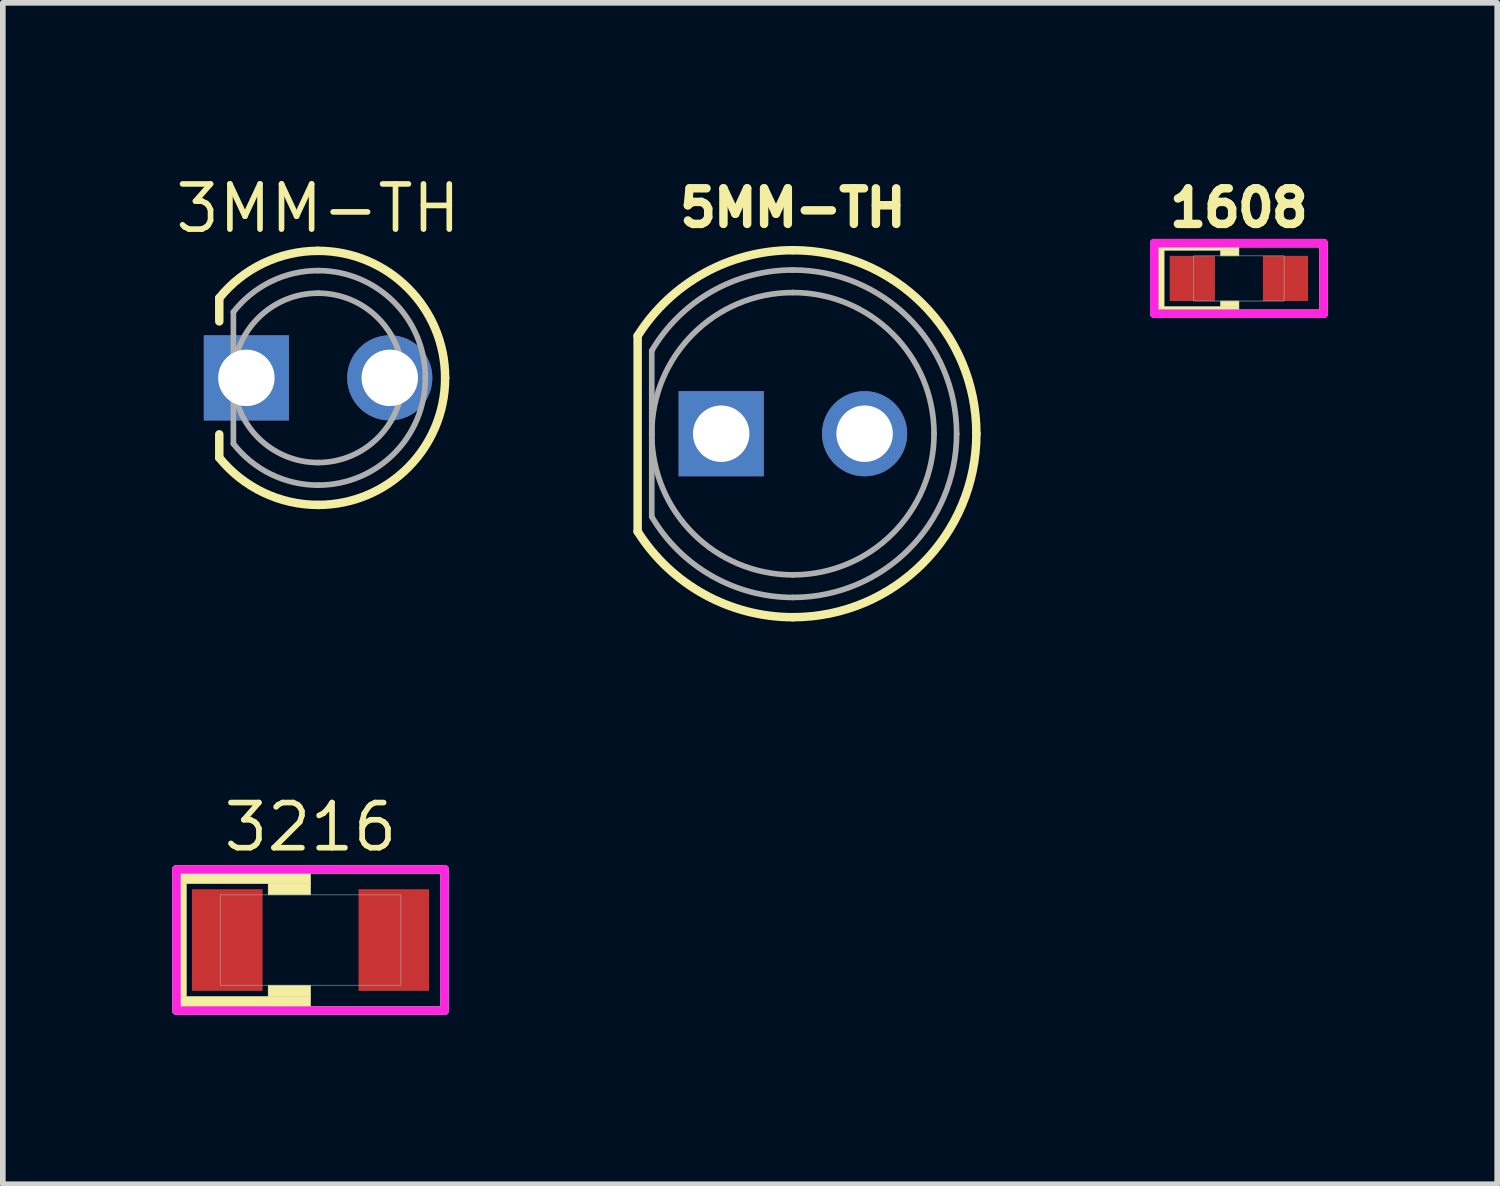
<source format=kicad_pcb>
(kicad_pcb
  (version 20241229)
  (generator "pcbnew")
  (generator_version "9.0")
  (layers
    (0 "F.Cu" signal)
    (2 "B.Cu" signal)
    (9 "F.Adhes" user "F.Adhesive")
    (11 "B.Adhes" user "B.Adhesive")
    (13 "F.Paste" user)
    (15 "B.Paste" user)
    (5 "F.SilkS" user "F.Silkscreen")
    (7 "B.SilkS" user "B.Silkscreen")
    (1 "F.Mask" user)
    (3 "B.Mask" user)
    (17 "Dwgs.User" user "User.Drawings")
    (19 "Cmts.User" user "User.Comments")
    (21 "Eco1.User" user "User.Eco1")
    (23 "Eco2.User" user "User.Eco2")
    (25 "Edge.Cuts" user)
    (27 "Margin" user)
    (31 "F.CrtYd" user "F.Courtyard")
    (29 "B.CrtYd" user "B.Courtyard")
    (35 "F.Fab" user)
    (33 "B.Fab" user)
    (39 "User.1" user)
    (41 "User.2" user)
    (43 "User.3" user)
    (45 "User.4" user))
  (footprint "3MM-TH"
    (layer "F.Cu")
    (at 2.584 3.643)
    (property "Reference" "3MM-TH" (at 0 -3 0) (layer "F.SilkS") (effects (font (size 0.8 0.8) (thickness 0.1))))
    (attr through_hole)
    (fp_line (start -1.75 -1.414) (end -1.75 -1) (stroke (width 0.15) (type solid)) (layer "F.SilkS"))
    (fp_line (start -1.75 1.414) (end -1.75 1) (stroke (width 0.15) (type solid)) (layer "F.SilkS"))
    (fp_arc (start -1.75 -1.41421) (mid -0.96967 -2.030329) (end 0 -2.25) (stroke (width 0.15) (type solid)) (layer "F.SilkS"))
    (fp_arc (start 0 -2.25) (mid 1.59099 -1.59099) (end 2.25 0) (stroke (width 0.15) (type solid)) (layer "F.SilkS"))
    (fp_arc (start 0 2.25) (mid -0.96967 2.030328) (end -1.75 1.41421) (stroke (width 0.15) (type solid)) (layer "F.SilkS"))
    (fp_arc (start 2.25 0) (mid 1.59099 1.59099) (end 0 2.25) (stroke (width 0.15) (type solid)) (layer "F.SilkS"))
    (fp_line (start -1.5 -1.166) (end -1.5 1.166) (stroke (width 0.1) (type solid)) (layer "F.Fab"))
    (fp_arc (start -1.5 -1.16619) (mid -0.834937 -1.706716) (end 0 -1.9) (stroke (width 0.1) (type solid)) (layer "F.Fab"))
    (fp_arc (start -1.5 0) (mid -1.06066 -1.06066) (end 0 -1.5) (stroke (width 0.1) (type solid)) (layer "F.Fab"))
    (fp_arc (start 0 -1.9) (mid 1.343503 -1.343503) (end 1.9 0) (stroke (width 0.1) (type solid)) (layer "F.Fab"))
    (fp_arc (start 0 -1.5) (mid 1.06066 -1.06066) (end 1.5 0) (stroke (width 0.1) (type solid)) (layer "F.Fab"))
    (fp_arc (start 0 1.5) (mid -1.06066 1.06066) (end -1.5 0) (stroke (width 0.1) (type solid)) (layer "F.Fab"))
    (fp_arc (start 0 1.9) (mid -0.834937 1.706716) (end -1.5 1.16619) (stroke (width 0.1) (type solid)) (layer "F.Fab"))
    (fp_arc (start 1.5 0) (mid 1.06066 1.06066) (end 0 1.5) (stroke (width 0.1) (type solid)) (layer "F.Fab"))
    (fp_arc (start 1.9 0) (mid 1.343503 1.343503) (end 0 1.9) (stroke (width 0.1) (type solid)) (layer "F.Fab"))
    (pad "1" thru_hole rect (at -1.27 0) (size 1.508 1.508) (drill 1) (layers "*.Cu" "*.Mask"))
    (pad "2" thru_hole circle (at 1.27 0) (size 1.508 1.508) (drill 1) (layers "*.Cu" "*.Mask")))
  (footprint "1608"
    (layer "F.Cu")
    (at 18.894 1.882)
    (property "Reference" "1608" (at 0 -1.25 0) (layer "F.SilkS") (effects (font (size 0.63 0.63) (thickness 0.15))))
    (attr smd)
    (fp_line (start -1.5 -0.625) (end -1.5 0.625) (stroke (width 0.15) (type solid)) (layer "F.SilkS"))
    (fp_line (start -1.5 0.625) (end 1.5 0.625) (stroke (width 0.15) (type solid)) (layer "F.SilkS"))
    (fp_line (start 1.5 -0.625) (end -1.5 -0.625) (stroke (width 0.15) (type solid)) (layer "F.SilkS"))
    (fp_line (start 1.5 0.625) (end 1.5 -0.625) (stroke (width 0.15) (type solid)) (layer "F.SilkS"))
    (fp_poly (pts (xy -1.425 -0.55) (xy -1.325 -0.55) (xy -1.325 0.55) (xy -1.425 0.55)) (stroke (width 0.01) (type solid)) (fill yes) (layer "F.SilkS"))
    (fp_poly (pts (xy -1.325 -0.55) (xy 0 -0.55) (xy 0 -0.5) (xy -1.325 -0.5)) (stroke (width 0.01) (type solid)) (fill yes) (layer "F.SilkS"))
    (fp_poly (pts (xy -1.325 0.5) (xy 0 0.5) (xy 0 0.55) (xy -1.325 0.55)) (stroke (width 0.01) (type solid)) (fill yes) (layer "F.SilkS"))
    (fp_poly (pts (xy -0.325 -0.5) (xy 0 -0.5) (xy 0 -0.4) (xy -0.325 -0.4)) (stroke (width 0.01) (type solid)) (fill yes) (layer "F.SilkS"))
    (fp_poly (pts (xy -0.325 0.4) (xy 0 0.4) (xy 0 0.5) (xy -0.325 0.5)) (stroke (width 0.01) (type solid)) (fill yes) (layer "F.SilkS"))
    (fp_line (start -1.5 -0.625) (end -1.5 0.625) (stroke (width 0.15) (type solid)) (layer "F.CrtYd"))
    (fp_line (start -1.5 0.625) (end 1.5 0.625) (stroke (width 0.15) (type solid)) (layer "F.CrtYd"))
    (fp_line (start 1.5 -0.625) (end -1.5 -0.625) (stroke (width 0.15) (type solid)) (layer "F.CrtYd"))
    (fp_line (start 1.5 0.625) (end 1.5 -0.625) (stroke (width 0.15) (type solid)) (layer "F.CrtYd"))
    (fp_poly (pts (xy -0.8 -0.4) (xy 0.8 -0.4) (xy 0.8 0.4) (xy -0.8 0.4)) (stroke (width 0.01) (type solid)) (fill no) (layer "F.Fab"))
    (pad "1" smd rect (at -0.825 0) (size 0.8 0.8) (layers "F.Cu" "F.Mask" "F.Paste"))
    (pad "2" smd rect (at 0.825 0) (size 0.8 0.8) (layers "F.Cu" "F.Mask" "F.Paste")))
  (footprint "3216"
    (layer "F.Cu")
    (at 2.45 13.6)
    (property "Reference" "3216" (at 0 -2 0) (layer "F.SilkS") (effects (font (size 0.8 0.8) (thickness 0.1))))
    (attr smd)
    (fp_line (start -2.375 -1.25) (end -2.375 1.25) (stroke (width 0.15) (type solid)) (layer "F.SilkS"))
    (fp_line (start -2.375 1.25) (end 2.375 1.25) (stroke (width 0.15) (type solid)) (layer "F.SilkS"))
    (fp_line (start 2.375 -1.25) (end -2.375 -1.25) (stroke (width 0.15) (type solid)) (layer "F.SilkS"))
    (fp_line (start 2.375 1.25) (end 2.375 -1.25) (stroke (width 0.15) (type solid)) (layer "F.SilkS"))
    (fp_poly (pts (xy -2.3 -1.2) (xy 0 -1.2) (xy 0 -1) (xy -2.3 -1)) (stroke (width 0.01) (type solid)) (fill yes) (layer "F.SilkS"))
    (fp_poly (pts (xy -2.3 -1) (xy -2.2 -1) (xy -2.2 1) (xy -2.3 1)) (stroke (width 0.01) (type solid)) (fill yes) (layer "F.SilkS"))
    (fp_poly (pts (xy -2.3 1) (xy 0 1) (xy 0 1.2) (xy -2.3 1.2)) (stroke (width 0.01) (type solid)) (fill yes) (layer "F.SilkS"))
    (fp_poly (pts (xy -0.75 -1) (xy 0 -1) (xy 0 -0.8) (xy -0.75 -0.8)) (stroke (width 0.01) (type solid)) (fill yes) (layer "F.SilkS"))
    (fp_poly (pts (xy -0.75 0.8) (xy 0 0.8) (xy 0 1) (xy -0.75 1)) (stroke (width 0.01) (type solid)) (fill yes) (layer "F.SilkS"))
    (fp_line (start -2.375 -1.25) (end -2.375 1.25) (stroke (width 0.15) (type solid)) (layer "F.CrtYd"))
    (fp_line (start -2.375 1.25) (end 2.375 1.25) (stroke (width 0.15) (type solid)) (layer "F.CrtYd"))
    (fp_line (start 2.375 -1.25) (end -2.375 -1.25) (stroke (width 0.15) (type solid)) (layer "F.CrtYd"))
    (fp_line (start 2.375 1.25) (end 2.375 -1.25) (stroke (width 0.15) (type solid)) (layer "F.CrtYd"))
    (fp_poly (pts (xy -1.6 -0.8) (xy 1.6 -0.8) (xy 1.6 0.8) (xy -1.6 0.8)) (stroke (width 0.01) (type solid)) (fill no) (layer "F.Fab"))
    (pad "1" smd rect (at -1.475 0) (size 1.25 1.8) (layers "F.Cu" "F.Mask" "F.Paste"))
    (pad "2" smd rect (at 1.475 0) (size 1.25 1.8) (layers "F.Cu" "F.Mask" "F.Paste")))
  (footprint "5MM-TH"
    (layer "F.Cu")
    (at 10.994 4.632)
    (property "Reference" "5MM-TH" (at 0 -4 0) (layer "F.SilkS") (effects (font (size 0.63 0.63) (thickness 0.15))))
    (attr through_hole)
    (fp_line (start -2.75 -1.732) (end -2.75 1.732) (stroke (width 0.15) (type solid)) (layer "F.SilkS"))
    (fp_arc (start -2.75 -1.73205) (mid -1.570563 -2.845317) (end 0 -3.25) (stroke (width 0.15) (type solid)) (layer "F.SilkS"))
    (fp_arc (start 0 -3.25) (mid 2.298097 -2.298097) (end 3.25 0) (stroke (width 0.15) (type solid)) (layer "F.SilkS"))
    (fp_arc (start 0 3.25) (mid -1.570563 2.845317) (end -2.75 1.73205) (stroke (width 0.15) (type solid)) (layer "F.SilkS"))
    (fp_arc (start 3.25 0) (mid 2.298097 2.298097) (end 0 3.25) (stroke (width 0.15) (type solid)) (layer "F.SilkS"))
    (fp_line (start -2.5 -1.47) (end -2.5 1.47) (stroke (width 0.1) (type solid)) (layer "F.Fab"))
    (fp_arc (start -2.5 -1.46969) (mid -1.44012 -2.517151) (end 0 -2.9) (stroke (width 0.1) (type solid)) (layer "F.Fab"))
    (fp_arc (start -2.5 0) (mid -1.767767 -1.767767) (end 0 -2.5) (stroke (width 0.1) (type solid)) (layer "F.Fab"))
    (fp_arc (start 0 -2.9) (mid 2.05061 -2.05061) (end 2.9 0) (stroke (width 0.1) (type solid)) (layer "F.Fab"))
    (fp_arc (start 0 -2.5) (mid 1.767767 -1.767767) (end 2.5 0) (stroke (width 0.1) (type solid)) (layer "F.Fab"))
    (fp_arc (start 0 2.5) (mid -1.767767 1.767767) (end -2.5 0) (stroke (width 0.1) (type solid)) (layer "F.Fab"))
    (fp_arc (start 0 2.9) (mid -1.44012 2.517151) (end -2.5 1.46969) (stroke (width 0.1) (type solid)) (layer "F.Fab"))
    (fp_arc (start 2.5 0) (mid 1.767767 1.767767) (end 0 2.5) (stroke (width 0.1) (type solid)) (layer "F.Fab"))
    (fp_arc (start 2.9 0) (mid 2.05061 2.05061) (end 0 2.9) (stroke (width 0.1) (type solid)) (layer "F.Fab"))
    (pad "1" thru_hole rect (at -1.27 0) (size 1.508 1.508) (drill 1) (layers "*.Cu" "*.Mask"))
    (pad "2" thru_hole circle (at 1.27 0) (size 1.508 1.508) (drill 1) (layers "*.Cu" "*.Mask")))
  (gr_rect
    (start -3 -3)
    (end 23.469 17.925)
    (stroke (width 0.1) (type default))
    (fill no)
    (layer "Edge.Cuts")))
</source>
